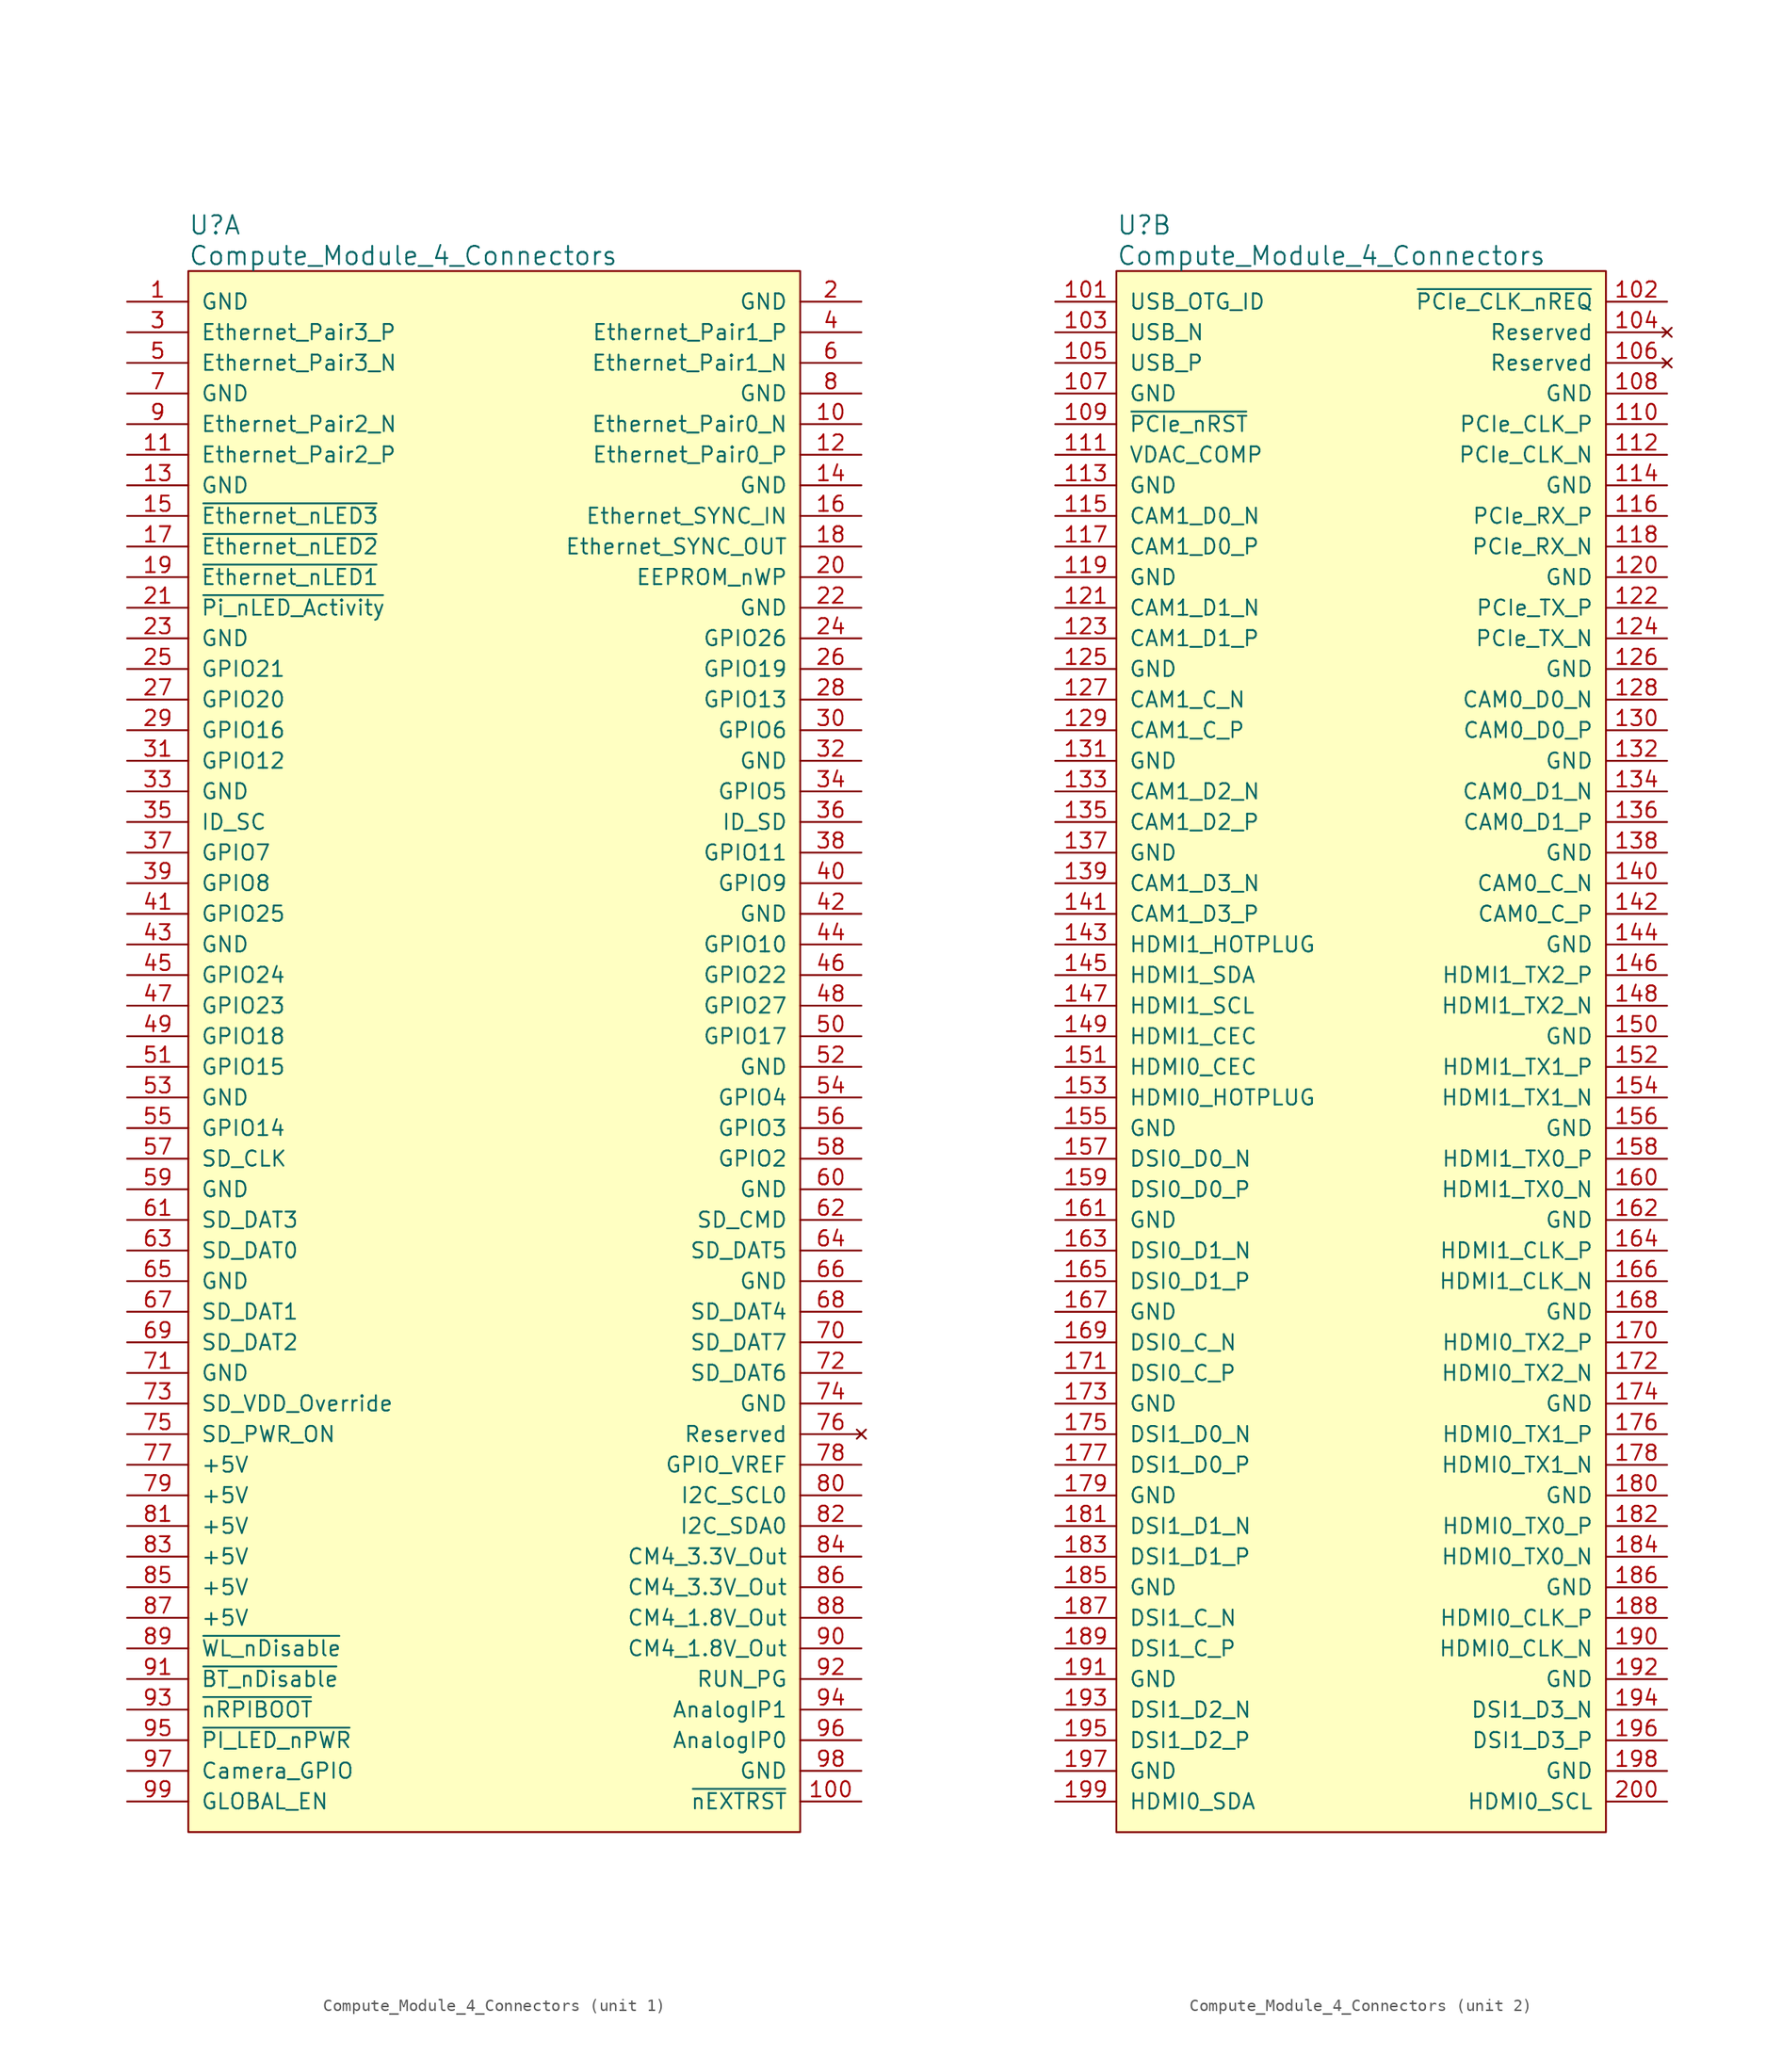
<source format=kicad_sym>
(kicad_symbol_lib
  (version 20231120)
  (generator "kicad_symbol_editor")
  (generator_version "8.0")
  (symbol "Compute_Module_4_Connectors"
    (pin_names
      (offset 1.016))
    (property "Reference" "U"
      (at 5.08 6.35 0)
      (effects (font (size 1.524 1.524)) (justify left)))
    (property "Value" "Compute_Module_4_Connectors"
      (at 5.08 3.81 0)
      (effects (font (size 1.524 1.524)) (justify left)))
    (property "ki_locked" ""
      (at 0 0 0)
      (effects (font (size 1.27 1.27))))
    (symbol "Compute_Module_4_Connectors_1_1"
      (rectangle (start 5.08 2.54) (end 55.88 -127) (stroke (width 0) (type solid)) (fill (type background)))
      (pin power_in line (at 0 0 0) (length 5.08) (name "GND" (effects (font (size 1.27 1.27)))) (number "1" (effects (font (size 1.27 1.27)))))
      (pin passive line (at 60.96 -10.16 180) (length 5.08) (name "Ethernet_Pair0_N" (effects (font (size 1.27 1.27)))) (number "10" (effects (font (size 1.27 1.27)))))
      (pin output line (at 60.96 -124.46 180) (length 5.08) (name "~{nEXTRST}" (effects (font (size 1.27 1.27)))) (number "100" (effects (font (size 1.27 1.27)))))
      (pin passive line (at 0 -12.7 0) (length 5.08) (name "Ethernet_Pair2_P" (effects (font (size 1.27 1.27)))) (number "11" (effects (font (size 1.27 1.27)))))
      (pin passive line (at 60.96 -12.7 180) (length 5.08) (name "Ethernet_Pair0_P" (effects (font (size 1.27 1.27)))) (number "12" (effects (font (size 1.27 1.27)))))
      (pin power_in line (at 0 -15.24 0) (length 5.08) (name "GND" (effects (font (size 1.27 1.27)))) (number "13" (effects (font (size 1.27 1.27)))))
      (pin power_in line (at 60.96 -15.24 180) (length 5.08) (name "GND" (effects (font (size 1.27 1.27)))) (number "14" (effects (font (size 1.27 1.27)))))
      (pin output line (at 0 -17.78 0) (length 5.08) (name "~{Ethernet_nLED3}" (effects (font (size 1.27 1.27)))) (number "15" (effects (font (size 1.27 1.27)))))
      (pin input line (at 60.96 -17.78 180) (length 5.08) (name "Ethernet_SYNC_IN" (effects (font (size 1.27 1.27)))) (number "16" (effects (font (size 1.27 1.27)))))
      (pin output line (at 0 -20.32 0) (length 5.08) (name "~{Ethernet_nLED2}" (effects (font (size 1.27 1.27)))) (number "17" (effects (font (size 1.27 1.27)))))
      (pin input line (at 60.96 -20.32 180) (length 5.08) (name "Ethernet_SYNC_OUT" (effects (font (size 1.27 1.27)))) (number "18" (effects (font (size 1.27 1.27)))))
      (pin output line (at 0 -22.86 0) (length 5.08) (name "~{Ethernet_nLED1}" (effects (font (size 1.27 1.27)))) (number "19" (effects (font (size 1.27 1.27)))))
      (pin power_in line (at 60.96 0 180) (length 5.08) (name "GND" (effects (font (size 1.27 1.27)))) (number "2" (effects (font (size 1.27 1.27)))))
      (pin passive line (at 60.96 -22.86 180) (length 5.08) (name "EEPROM_nWP" (effects (font (size 1.27 1.27)))) (number "20" (effects (font (size 1.27 1.27)))))
      (pin open_collector line (at 0 -25.4 0) (length 5.08) (name "~{Pi_nLED_Activity}" (effects (font (size 1.27 1.27)))) (number "21" (effects (font (size 1.27 1.27)))))
      (pin power_in line (at 60.96 -25.4 180) (length 5.08) (name "GND" (effects (font (size 1.27 1.27)))) (number "22" (effects (font (size 1.27 1.27)))))
      (pin power_in line (at 0 -27.94 0) (length 5.08) (name "GND" (effects (font (size 1.27 1.27)))) (number "23" (effects (font (size 1.27 1.27)))))
      (pin passive line (at 60.96 -27.94 180) (length 5.08) (name "GPIO26" (effects (font (size 1.27 1.27)))) (number "24" (effects (font (size 1.27 1.27)))))
      (pin passive line (at 0 -30.48 0) (length 5.08) (name "GPIO21" (effects (font (size 1.27 1.27)))) (number "25" (effects (font (size 1.27 1.27)))))
      (pin passive line (at 60.96 -30.48 180) (length 5.08) (name "GPIO19" (effects (font (size 1.27 1.27)))) (number "26" (effects (font (size 1.27 1.27)))))
      (pin passive line (at 0 -33.02 0) (length 5.08) (name "GPIO20" (effects (font (size 1.27 1.27)))) (number "27" (effects (font (size 1.27 1.27)))))
      (pin passive line (at 60.96 -33.02 180) (length 5.08) (name "GPIO13" (effects (font (size 1.27 1.27)))) (number "28" (effects (font (size 1.27 1.27)))))
      (pin passive line (at 0 -35.56 0) (length 5.08) (name "GPIO16" (effects (font (size 1.27 1.27)))) (number "29" (effects (font (size 1.27 1.27)))))
      (pin passive line (at 0 -2.54 0) (length 5.08) (name "Ethernet_Pair3_P" (effects (font (size 1.27 1.27)))) (number "3" (effects (font (size 1.27 1.27)))))
      (pin passive line (at 60.96 -35.56 180) (length 5.08) (name "GPIO6" (effects (font (size 1.27 1.27)))) (number "30" (effects (font (size 1.27 1.27)))))
      (pin passive line (at 0 -38.1 0) (length 5.08) (name "GPIO12" (effects (font (size 1.27 1.27)))) (number "31" (effects (font (size 1.27 1.27)))))
      (pin power_in line (at 60.96 -38.1 180) (length 5.08) (name "GND" (effects (font (size 1.27 1.27)))) (number "32" (effects (font (size 1.27 1.27)))))
      (pin power_in line (at 0 -40.64 0) (length 5.08) (name "GND" (effects (font (size 1.27 1.27)))) (number "33" (effects (font (size 1.27 1.27)))))
      (pin passive line (at 60.96 -40.64 180) (length 5.08) (name "GPIO5" (effects (font (size 1.27 1.27)))) (number "34" (effects (font (size 1.27 1.27)))))
      (pin passive line (at 0 -43.18 0) (length 5.08) (name "ID_SC" (effects (font (size 1.27 1.27)))) (number "35" (effects (font (size 1.27 1.27)))))
      (pin passive line (at 60.96 -43.18 180) (length 5.08) (name "ID_SD" (effects (font (size 1.27 1.27)))) (number "36" (effects (font (size 1.27 1.27)))))
      (pin passive line (at 0 -45.72 0) (length 5.08) (name "GPIO7" (effects (font (size 1.27 1.27)))) (number "37" (effects (font (size 1.27 1.27)))))
      (pin passive line (at 60.96 -45.72 180) (length 5.08) (name "GPIO11" (effects (font (size 1.27 1.27)))) (number "38" (effects (font (size 1.27 1.27)))))
      (pin passive line (at 0 -48.26 0) (length 5.08) (name "GPIO8" (effects (font (size 1.27 1.27)))) (number "39" (effects (font (size 1.27 1.27)))))
      (pin passive line (at 60.96 -2.54 180) (length 5.08) (name "Ethernet_Pair1_P" (effects (font (size 1.27 1.27)))) (number "4" (effects (font (size 1.27 1.27)))))
      (pin passive line (at 60.96 -48.26 180) (length 5.08) (name "GPIO9" (effects (font (size 1.27 1.27)))) (number "40" (effects (font (size 1.27 1.27)))))
      (pin passive line (at 0 -50.8 0) (length 5.08) (name "GPIO25" (effects (font (size 1.27 1.27)))) (number "41" (effects (font (size 1.27 1.27)))))
      (pin power_in line (at 60.96 -50.8 180) (length 5.08) (name "GND" (effects (font (size 1.27 1.27)))) (number "42" (effects (font (size 1.27 1.27)))))
      (pin power_in line (at 0 -53.34 0) (length 5.08) (name "GND" (effects (font (size 1.27 1.27)))) (number "43" (effects (font (size 1.27 1.27)))))
      (pin passive line (at 60.96 -53.34 180) (length 5.08) (name "GPIO10" (effects (font (size 1.27 1.27)))) (number "44" (effects (font (size 1.27 1.27)))))
      (pin passive line (at 0 -55.88 0) (length 5.08) (name "GPIO24" (effects (font (size 1.27 1.27)))) (number "45" (effects (font (size 1.27 1.27)))))
      (pin passive line (at 60.96 -55.88 180) (length 5.08) (name "GPIO22" (effects (font (size 1.27 1.27)))) (number "46" (effects (font (size 1.27 1.27)))))
      (pin passive line (at 0 -58.42 0) (length 5.08) (name "GPIO23" (effects (font (size 1.27 1.27)))) (number "47" (effects (font (size 1.27 1.27)))))
      (pin passive line (at 60.96 -58.42 180) (length 5.08) (name "GPIO27" (effects (font (size 1.27 1.27)))) (number "48" (effects (font (size 1.27 1.27)))))
      (pin passive line (at 0 -60.96 0) (length 5.08) (name "GPIO18" (effects (font (size 1.27 1.27)))) (number "49" (effects (font (size 1.27 1.27)))))
      (pin passive line (at 0 -5.08 0) (length 5.08) (name "Ethernet_Pair3_N" (effects (font (size 1.27 1.27)))) (number "5" (effects (font (size 1.27 1.27)))))
      (pin passive line (at 60.96 -60.96 180) (length 5.08) (name "GPIO17" (effects (font (size 1.27 1.27)))) (number "50" (effects (font (size 1.27 1.27)))))
      (pin passive line (at 0 -63.5 0) (length 5.08) (name "GPIO15" (effects (font (size 1.27 1.27)))) (number "51" (effects (font (size 1.27 1.27)))))
      (pin power_in line (at 60.96 -63.5 180) (length 5.08) (name "GND" (effects (font (size 1.27 1.27)))) (number "52" (effects (font (size 1.27 1.27)))))
      (pin power_in line (at 0 -66.04 0) (length 5.08) (name "GND" (effects (font (size 1.27 1.27)))) (number "53" (effects (font (size 1.27 1.27)))))
      (pin passive line (at 60.96 -66.04 180) (length 5.08) (name "GPIO4" (effects (font (size 1.27 1.27)))) (number "54" (effects (font (size 1.27 1.27)))))
      (pin passive line (at 0 -68.58 0) (length 5.08) (name "GPIO14" (effects (font (size 1.27 1.27)))) (number "55" (effects (font (size 1.27 1.27)))))
      (pin passive line (at 60.96 -68.58 180) (length 5.08) (name "GPIO3" (effects (font (size 1.27 1.27)))) (number "56" (effects (font (size 1.27 1.27)))))
      (pin passive line (at 0 -71.12 0) (length 5.08) (name "SD_CLK" (effects (font (size 1.27 1.27)))) (number "57" (effects (font (size 1.27 1.27)))))
      (pin passive line (at 60.96 -71.12 180) (length 5.08) (name "GPIO2" (effects (font (size 1.27 1.27)))) (number "58" (effects (font (size 1.27 1.27)))))
      (pin power_in line (at 0 -73.66 0) (length 5.08) (name "GND" (effects (font (size 1.27 1.27)))) (number "59" (effects (font (size 1.27 1.27)))))
      (pin passive line (at 60.96 -5.08 180) (length 5.08) (name "Ethernet_Pair1_N" (effects (font (size 1.27 1.27)))) (number "6" (effects (font (size 1.27 1.27)))))
      (pin power_in line (at 60.96 -73.66 180) (length 5.08) (name "GND" (effects (font (size 1.27 1.27)))) (number "60" (effects (font (size 1.27 1.27)))))
      (pin passive line (at 0 -76.2 0) (length 5.08) (name "SD_DAT3" (effects (font (size 1.27 1.27)))) (number "61" (effects (font (size 1.27 1.27)))))
      (pin passive line (at 60.96 -76.2 180) (length 5.08) (name "SD_CMD" (effects (font (size 1.27 1.27)))) (number "62" (effects (font (size 1.27 1.27)))))
      (pin passive line (at 0 -78.74 0) (length 5.08) (name "SD_DAT0" (effects (font (size 1.27 1.27)))) (number "63" (effects (font (size 1.27 1.27)))))
      (pin passive line (at 60.96 -78.74 180) (length 5.08) (name "SD_DAT5" (effects (font (size 1.27 1.27)))) (number "64" (effects (font (size 1.27 1.27)))))
      (pin power_in line (at 0 -81.28 0) (length 5.08) (name "GND" (effects (font (size 1.27 1.27)))) (number "65" (effects (font (size 1.27 1.27)))))
      (pin power_in line (at 60.96 -81.28 180) (length 5.08) (name "GND" (effects (font (size 1.27 1.27)))) (number "66" (effects (font (size 1.27 1.27)))))
      (pin passive line (at 0 -83.82 0) (length 5.08) (name "SD_DAT1" (effects (font (size 1.27 1.27)))) (number "67" (effects (font (size 1.27 1.27)))))
      (pin passive line (at 60.96 -83.82 180) (length 5.08) (name "SD_DAT4" (effects (font (size 1.27 1.27)))) (number "68" (effects (font (size 1.27 1.27)))))
      (pin passive line (at 0 -86.36 0) (length 5.08) (name "SD_DAT2" (effects (font (size 1.27 1.27)))) (number "69" (effects (font (size 1.27 1.27)))))
      (pin power_in line (at 0 -7.62 0) (length 5.08) (name "GND" (effects (font (size 1.27 1.27)))) (number "7" (effects (font (size 1.27 1.27)))))
      (pin passive line (at 60.96 -86.36 180) (length 5.08) (name "SD_DAT7" (effects (font (size 1.27 1.27)))) (number "70" (effects (font (size 1.27 1.27)))))
      (pin power_in line (at 0 -88.9 0) (length 5.08) (name "GND" (effects (font (size 1.27 1.27)))) (number "71" (effects (font (size 1.27 1.27)))))
      (pin passive line (at 60.96 -88.9 180) (length 5.08) (name "SD_DAT6" (effects (font (size 1.27 1.27)))) (number "72" (effects (font (size 1.27 1.27)))))
      (pin input line (at 0 -91.44 0) (length 5.08) (name "SD_VDD_Override" (effects (font (size 1.27 1.27)))) (number "73" (effects (font (size 1.27 1.27)))))
      (pin power_in line (at 60.96 -91.44 180) (length 5.08) (name "GND" (effects (font (size 1.27 1.27)))) (number "74" (effects (font (size 1.27 1.27)))))
      (pin output line (at 0 -93.98 0) (length 5.08) (name "SD_PWR_ON" (effects (font (size 1.27 1.27)))) (number "75" (effects (font (size 1.27 1.27)))))
      (pin no_connect line (at 60.96 -93.98 180) (length 5.08) (name "Reserved" (effects (font (size 1.27 1.27)))) (number "76" (effects (font (size 1.27 1.27)))))
      (pin power_in line (at 0 -96.52 0) (length 5.08) (name "+5V" (effects (font (size 1.27 1.27)))) (number "77" (effects (font (size 1.27 1.27)))))
      (pin power_in line (at 60.96 -96.52 180) (length 5.08) (name "GPIO_VREF" (effects (font (size 1.27 1.27)))) (number "78" (effects (font (size 1.27 1.27)))))
      (pin power_in line (at 0 -99.06 0) (length 5.08) (name "+5V" (effects (font (size 1.27 1.27)))) (number "79" (effects (font (size 1.27 1.27)))))
      (pin power_in line (at 60.96 -7.62 180) (length 5.08) (name "GND" (effects (font (size 1.27 1.27)))) (number "8" (effects (font (size 1.27 1.27)))))
      (pin bidirectional line (at 60.96 -99.06 180) (length 5.08) (name "I2C_SCL0" (effects (font (size 1.27 1.27)))) (number "80" (effects (font (size 1.27 1.27)))))
      (pin power_in line (at 0 -101.6 0) (length 5.08) (name "+5V" (effects (font (size 1.27 1.27)))) (number "81" (effects (font (size 1.27 1.27)))))
      (pin bidirectional line (at 60.96 -101.6 180) (length 5.08) (name "I2C_SDA0" (effects (font (size 1.27 1.27)))) (number "82" (effects (font (size 1.27 1.27)))))
      (pin power_in line (at 0 -104.14 0) (length 5.08) (name "+5V" (effects (font (size 1.27 1.27)))) (number "83" (effects (font (size 1.27 1.27)))))
      (pin power_out line (at 60.96 -104.14 180) (length 5.08) (name "CM4_3.3V_Out" (effects (font (size 1.27 1.27)))) (number "84" (effects (font (size 1.27 1.27)))))
      (pin power_in line (at 0 -106.68 0) (length 5.08) (name "+5V" (effects (font (size 1.27 1.27)))) (number "85" (effects (font (size 1.27 1.27)))))
      (pin power_out line (at 60.96 -106.68 180) (length 5.08) (name "CM4_3.3V_Out" (effects (font (size 1.27 1.27)))) (number "86" (effects (font (size 1.27 1.27)))))
      (pin power_in line (at 0 -109.22 0) (length 5.08) (name "+5V" (effects (font (size 1.27 1.27)))) (number "87" (effects (font (size 1.27 1.27)))))
      (pin power_out line (at 60.96 -109.22 180) (length 5.08) (name "CM4_1.8V_Out" (effects (font (size 1.27 1.27)))) (number "88" (effects (font (size 1.27 1.27)))))
      (pin input line (at 0 -111.76 0) (length 5.08) (name "~{WL_nDisable}" (effects (font (size 1.27 1.27)))) (number "89" (effects (font (size 1.27 1.27)))))
      (pin passive line (at 0 -10.16 0) (length 5.08) (name "Ethernet_Pair2_N" (effects (font (size 1.27 1.27)))) (number "9" (effects (font (size 1.27 1.27)))))
      (pin power_out line (at 60.96 -111.76 180) (length 5.08) (name "CM4_1.8V_Out" (effects (font (size 1.27 1.27)))) (number "90" (effects (font (size 1.27 1.27)))))
      (pin input line (at 0 -114.3 0) (length 5.08) (name "~{BT_nDisable}" (effects (font (size 1.27 1.27)))) (number "91" (effects (font (size 1.27 1.27)))))
      (pin passive line (at 60.96 -114.3 180) (length 5.08) (name "RUN_PG" (effects (font (size 1.27 1.27)))) (number "92" (effects (font (size 1.27 1.27)))))
      (pin input line (at 0 -116.84 0) (length 5.08) (name "~{nRPIBOOT}" (effects (font (size 1.27 1.27)))) (number "93" (effects (font (size 1.27 1.27)))))
      (pin passive line (at 60.96 -116.84 180) (length 5.08) (name "AnalogIP1" (effects (font (size 1.27 1.27)))) (number "94" (effects (font (size 1.27 1.27)))))
      (pin output line (at 0 -119.38 0) (length 5.08) (name "~{PI_LED_nPWR}" (effects (font (size 1.27 1.27)))) (number "95" (effects (font (size 1.27 1.27)))))
      (pin passive line (at 60.96 -119.38 180) (length 5.08) (name "AnalogIP0" (effects (font (size 1.27 1.27)))) (number "96" (effects (font (size 1.27 1.27)))))
      (pin passive line (at 0 -121.92 0) (length 5.08) (name "Camera_GPIO" (effects (font (size 1.27 1.27)))) (number "97" (effects (font (size 1.27 1.27)))))
      (pin power_in line (at 60.96 -121.92 180) (length 5.08) (name "GND" (effects (font (size 1.27 1.27)))) (number "98" (effects (font (size 1.27 1.27)))))
      (pin input line (at 0 -124.46 0) (length 5.08) (name "GLOBAL_EN" (effects (font (size 1.27 1.27)))) (number "99" (effects (font (size 1.27 1.27))))))
    (symbol "Compute_Module_4_Connectors_2_1"
      (rectangle (start 5.08 2.54) (end 45.72 -127) (stroke (width 0) (type solid)) (fill (type background)))
      (pin input line (at 0 0 0) (length 5.08) (name "USB_OTG_ID" (effects (font (size 1.27 1.27)))) (number "101" (effects (font (size 1.27 1.27)))))
      (pin input line (at 50.8 0 180) (length 5.08) (name "~{PCIe_CLK_nREQ}" (effects (font (size 1.27 1.27)))) (number "102" (effects (font (size 1.27 1.27)))))
      (pin passive line (at 0 -2.54 0) (length 5.08) (name "USB_N" (effects (font (size 1.27 1.27)))) (number "103" (effects (font (size 1.27 1.27)))))
      (pin no_connect line (at 50.8 -2.54 180) (length 5.08) (name "Reserved" (effects (font (size 1.27 1.27)))) (number "104" (effects (font (size 1.27 1.27)))))
      (pin passive line (at 0 -5.08 0) (length 5.08) (name "USB_P" (effects (font (size 1.27 1.27)))) (number "105" (effects (font (size 1.27 1.27)))))
      (pin no_connect line (at 50.8 -5.08 180) (length 5.08) (name "Reserved" (effects (font (size 1.27 1.27)))) (number "106" (effects (font (size 1.27 1.27)))))
      (pin power_in line (at 0 -7.62 0) (length 5.08) (name "GND" (effects (font (size 1.27 1.27)))) (number "107" (effects (font (size 1.27 1.27)))))
      (pin power_in line (at 50.8 -7.62 180) (length 5.08) (name "GND" (effects (font (size 1.27 1.27)))) (number "108" (effects (font (size 1.27 1.27)))))
      (pin output line (at 0 -10.16 0) (length 5.08) (name "~{PCIe_nRST}" (effects (font (size 1.27 1.27)))) (number "109" (effects (font (size 1.27 1.27)))))
      (pin output line (at 50.8 -10.16 180) (length 5.08) (name "PCIe_CLK_P" (effects (font (size 1.27 1.27)))) (number "110" (effects (font (size 1.27 1.27)))))
      (pin output line (at 0 -12.7 0) (length 5.08) (name "VDAC_COMP" (effects (font (size 1.27 1.27)))) (number "111" (effects (font (size 1.27 1.27)))))
      (pin output line (at 50.8 -12.7 180) (length 5.08) (name "PCIe_CLK_N" (effects (font (size 1.27 1.27)))) (number "112" (effects (font (size 1.27 1.27)))))
      (pin power_in line (at 0 -15.24 0) (length 5.08) (name "GND" (effects (font (size 1.27 1.27)))) (number "113" (effects (font (size 1.27 1.27)))))
      (pin power_in line (at 50.8 -15.24 180) (length 5.08) (name "GND" (effects (font (size 1.27 1.27)))) (number "114" (effects (font (size 1.27 1.27)))))
      (pin input line (at 0 -17.78 0) (length 5.08) (name "CAM1_D0_N" (effects (font (size 1.27 1.27)))) (number "115" (effects (font (size 1.27 1.27)))))
      (pin input line (at 50.8 -17.78 180) (length 5.08) (name "PCIe_RX_P" (effects (font (size 1.27 1.27)))) (number "116" (effects (font (size 1.27 1.27)))))
      (pin input line (at 0 -20.32 0) (length 5.08) (name "CAM1_D0_P" (effects (font (size 1.27 1.27)))) (number "117" (effects (font (size 1.27 1.27)))))
      (pin input line (at 50.8 -20.32 180) (length 5.08) (name "PCIe_RX_N" (effects (font (size 1.27 1.27)))) (number "118" (effects (font (size 1.27 1.27)))))
      (pin power_in line (at 0 -22.86 0) (length 5.08) (name "GND" (effects (font (size 1.27 1.27)))) (number "119" (effects (font (size 1.27 1.27)))))
      (pin power_in line (at 50.8 -22.86 180) (length 5.08) (name "GND" (effects (font (size 1.27 1.27)))) (number "120" (effects (font (size 1.27 1.27)))))
      (pin input line (at 0 -25.4 0) (length 5.08) (name "CAM1_D1_N" (effects (font (size 1.27 1.27)))) (number "121" (effects (font (size 1.27 1.27)))))
      (pin output line (at 50.8 -25.4 180) (length 5.08) (name "PCIe_TX_P" (effects (font (size 1.27 1.27)))) (number "122" (effects (font (size 1.27 1.27)))))
      (pin input line (at 0 -27.94 0) (length 5.08) (name "CAM1_D1_P" (effects (font (size 1.27 1.27)))) (number "123" (effects (font (size 1.27 1.27)))))
      (pin output line (at 50.8 -27.94 180) (length 5.08) (name "PCIe_TX_N" (effects (font (size 1.27 1.27)))) (number "124" (effects (font (size 1.27 1.27)))))
      (pin power_in line (at 0 -30.48 0) (length 5.08) (name "GND" (effects (font (size 1.27 1.27)))) (number "125" (effects (font (size 1.27 1.27)))))
      (pin power_in line (at 50.8 -30.48 180) (length 5.08) (name "GND" (effects (font (size 1.27 1.27)))) (number "126" (effects (font (size 1.27 1.27)))))
      (pin input line (at 0 -33.02 0) (length 5.08) (name "CAM1_C_N" (effects (font (size 1.27 1.27)))) (number "127" (effects (font (size 1.27 1.27)))))
      (pin input line (at 50.8 -33.02 180) (length 5.08) (name "CAM0_D0_N" (effects (font (size 1.27 1.27)))) (number "128" (effects (font (size 1.27 1.27)))))
      (pin input line (at 0 -35.56 0) (length 5.08) (name "CAM1_C_P" (effects (font (size 1.27 1.27)))) (number "129" (effects (font (size 1.27 1.27)))))
      (pin input line (at 50.8 -35.56 180) (length 5.08) (name "CAM0_D0_P" (effects (font (size 1.27 1.27)))) (number "130" (effects (font (size 1.27 1.27)))))
      (pin power_in line (at 0 -38.1 0) (length 5.08) (name "GND" (effects (font (size 1.27 1.27)))) (number "131" (effects (font (size 1.27 1.27)))))
      (pin power_in line (at 50.8 -38.1 180) (length 5.08) (name "GND" (effects (font (size 1.27 1.27)))) (number "132" (effects (font (size 1.27 1.27)))))
      (pin input line (at 0 -40.64 0) (length 5.08) (name "CAM1_D2_N" (effects (font (size 1.27 1.27)))) (number "133" (effects (font (size 1.27 1.27)))))
      (pin input line (at 50.8 -40.64 180) (length 5.08) (name "CAM0_D1_N" (effects (font (size 1.27 1.27)))) (number "134" (effects (font (size 1.27 1.27)))))
      (pin input line (at 0 -43.18 0) (length 5.08) (name "CAM1_D2_P" (effects (font (size 1.27 1.27)))) (number "135" (effects (font (size 1.27 1.27)))))
      (pin input line (at 50.8 -43.18 180) (length 5.08) (name "CAM0_D1_P" (effects (font (size 1.27 1.27)))) (number "136" (effects (font (size 1.27 1.27)))))
      (pin power_in line (at 0 -45.72 0) (length 5.08) (name "GND" (effects (font (size 1.27 1.27)))) (number "137" (effects (font (size 1.27 1.27)))))
      (pin power_in line (at 50.8 -45.72 180) (length 5.08) (name "GND" (effects (font (size 1.27 1.27)))) (number "138" (effects (font (size 1.27 1.27)))))
      (pin input line (at 0 -48.26 0) (length 5.08) (name "CAM1_D3_N" (effects (font (size 1.27 1.27)))) (number "139" (effects (font (size 1.27 1.27)))))
      (pin input line (at 50.8 -48.26 180) (length 5.08) (name "CAM0_C_N" (effects (font (size 1.27 1.27)))) (number "140" (effects (font (size 1.27 1.27)))))
      (pin input line (at 0 -50.8 0) (length 5.08) (name "CAM1_D3_P" (effects (font (size 1.27 1.27)))) (number "141" (effects (font (size 1.27 1.27)))))
      (pin input line (at 50.8 -50.8 180) (length 5.08) (name "CAM0_C_P" (effects (font (size 1.27 1.27)))) (number "142" (effects (font (size 1.27 1.27)))))
      (pin input line (at 0 -53.34 0) (length 5.08) (name "HDMI1_HOTPLUG" (effects (font (size 1.27 1.27)))) (number "143" (effects (font (size 1.27 1.27)))))
      (pin power_in line (at 50.8 -53.34 180) (length 5.08) (name "GND" (effects (font (size 1.27 1.27)))) (number "144" (effects (font (size 1.27 1.27)))))
      (pin bidirectional line (at 0 -55.88 0) (length 5.08) (name "HDMI1_SDA" (effects (font (size 1.27 1.27)))) (number "145" (effects (font (size 1.27 1.27)))))
      (pin output line (at 50.8 -55.88 180) (length 5.08) (name "HDMI1_TX2_P" (effects (font (size 1.27 1.27)))) (number "146" (effects (font (size 1.27 1.27)))))
      (pin open_collector line (at 0 -58.42 0) (length 5.08) (name "HDMI1_SCL" (effects (font (size 1.27 1.27)))) (number "147" (effects (font (size 1.27 1.27)))))
      (pin output line (at 50.8 -58.42 180) (length 5.08) (name "HDMI1_TX2_N" (effects (font (size 1.27 1.27)))) (number "148" (effects (font (size 1.27 1.27)))))
      (pin open_collector line (at 0 -60.96 0) (length 5.08) (name "HDMI1_CEC" (effects (font (size 1.27 1.27)))) (number "149" (effects (font (size 1.27 1.27)))))
      (pin power_in line (at 50.8 -60.96 180) (length 5.08) (name "GND" (effects (font (size 1.27 1.27)))) (number "150" (effects (font (size 1.27 1.27)))))
      (pin open_collector line (at 0 -63.5 0) (length 5.08) (name "HDMI0_CEC" (effects (font (size 1.27 1.27)))) (number "151" (effects (font (size 1.27 1.27)))))
      (pin output line (at 50.8 -63.5 180) (length 5.08) (name "HDMI1_TX1_P" (effects (font (size 1.27 1.27)))) (number "152" (effects (font (size 1.27 1.27)))))
      (pin input line (at 0 -66.04 0) (length 5.08) (name "HDMI0_HOTPLUG" (effects (font (size 1.27 1.27)))) (number "153" (effects (font (size 1.27 1.27)))))
      (pin output line (at 50.8 -66.04 180) (length 5.08) (name "HDMI1_TX1_N" (effects (font (size 1.27 1.27)))) (number "154" (effects (font (size 1.27 1.27)))))
      (pin power_in line (at 0 -68.58 0) (length 5.08) (name "GND" (effects (font (size 1.27 1.27)))) (number "155" (effects (font (size 1.27 1.27)))))
      (pin power_in line (at 50.8 -68.58 180) (length 5.08) (name "GND" (effects (font (size 1.27 1.27)))) (number "156" (effects (font (size 1.27 1.27)))))
      (pin output line (at 0 -71.12 0) (length 5.08) (name "DSI0_D0_N" (effects (font (size 1.27 1.27)))) (number "157" (effects (font (size 1.27 1.27)))))
      (pin output line (at 50.8 -71.12 180) (length 5.08) (name "HDMI1_TX0_P" (effects (font (size 1.27 1.27)))) (number "158" (effects (font (size 1.27 1.27)))))
      (pin output line (at 0 -73.66 0) (length 5.08) (name "DSI0_D0_P" (effects (font (size 1.27 1.27)))) (number "159" (effects (font (size 1.27 1.27)))))
      (pin output line (at 50.8 -73.66 180) (length 5.08) (name "HDMI1_TX0_N" (effects (font (size 1.27 1.27)))) (number "160" (effects (font (size 1.27 1.27)))))
      (pin power_in line (at 0 -76.2 0) (length 5.08) (name "GND" (effects (font (size 1.27 1.27)))) (number "161" (effects (font (size 1.27 1.27)))))
      (pin power_in line (at 50.8 -76.2 180) (length 5.08) (name "GND" (effects (font (size 1.27 1.27)))) (number "162" (effects (font (size 1.27 1.27)))))
      (pin output line (at 0 -78.74 0) (length 5.08) (name "DSI0_D1_N" (effects (font (size 1.27 1.27)))) (number "163" (effects (font (size 1.27 1.27)))))
      (pin output line (at 50.8 -78.74 180) (length 5.08) (name "HDMI1_CLK_P" (effects (font (size 1.27 1.27)))) (number "164" (effects (font (size 1.27 1.27)))))
      (pin output line (at 0 -81.28 0) (length 5.08) (name "DSI0_D1_P" (effects (font (size 1.27 1.27)))) (number "165" (effects (font (size 1.27 1.27)))))
      (pin output line (at 50.8 -81.28 180) (length 5.08) (name "HDMI1_CLK_N" (effects (font (size 1.27 1.27)))) (number "166" (effects (font (size 1.27 1.27)))))
      (pin power_in line (at 0 -83.82 0) (length 5.08) (name "GND" (effects (font (size 1.27 1.27)))) (number "167" (effects (font (size 1.27 1.27)))))
      (pin power_in line (at 50.8 -83.82 180) (length 5.08) (name "GND" (effects (font (size 1.27 1.27)))) (number "168" (effects (font (size 1.27 1.27)))))
      (pin output line (at 0 -86.36 0) (length 5.08) (name "DSI0_C_N" (effects (font (size 1.27 1.27)))) (number "169" (effects (font (size 1.27 1.27)))))
      (pin output line (at 50.8 -86.36 180) (length 5.08) (name "HDMI0_TX2_P" (effects (font (size 1.27 1.27)))) (number "170" (effects (font (size 1.27 1.27)))))
      (pin output line (at 0 -88.9 0) (length 5.08) (name "DSI0_C_P" (effects (font (size 1.27 1.27)))) (number "171" (effects (font (size 1.27 1.27)))))
      (pin output line (at 50.8 -88.9 180) (length 5.08) (name "HDMI0_TX2_N" (effects (font (size 1.27 1.27)))) (number "172" (effects (font (size 1.27 1.27)))))
      (pin power_in line (at 0 -91.44 0) (length 5.08) (name "GND" (effects (font (size 1.27 1.27)))) (number "173" (effects (font (size 1.27 1.27)))))
      (pin power_in line (at 50.8 -91.44 180) (length 5.08) (name "GND" (effects (font (size 1.27 1.27)))) (number "174" (effects (font (size 1.27 1.27)))))
      (pin output line (at 0 -93.98 0) (length 5.08) (name "DSI1_D0_N" (effects (font (size 1.27 1.27)))) (number "175" (effects (font (size 1.27 1.27)))))
      (pin output line (at 50.8 -93.98 180) (length 5.08) (name "HDMI0_TX1_P" (effects (font (size 1.27 1.27)))) (number "176" (effects (font (size 1.27 1.27)))))
      (pin output line (at 0 -96.52 0) (length 5.08) (name "DSI1_D0_P" (effects (font (size 1.27 1.27)))) (number "177" (effects (font (size 1.27 1.27)))))
      (pin output line (at 50.8 -96.52 180) (length 5.08) (name "HDMI0_TX1_N" (effects (font (size 1.27 1.27)))) (number "178" (effects (font (size 1.27 1.27)))))
      (pin power_in line (at 0 -99.06 0) (length 5.08) (name "GND" (effects (font (size 1.27 1.27)))) (number "179" (effects (font (size 1.27 1.27)))))
      (pin power_in line (at 50.8 -99.06 180) (length 5.08) (name "GND" (effects (font (size 1.27 1.27)))) (number "180" (effects (font (size 1.27 1.27)))))
      (pin output line (at 0 -101.6 0) (length 5.08) (name "DSI1_D1_N" (effects (font (size 1.27 1.27)))) (number "181" (effects (font (size 1.27 1.27)))))
      (pin output line (at 50.8 -101.6 180) (length 5.08) (name "HDMI0_TX0_P" (effects (font (size 1.27 1.27)))) (number "182" (effects (font (size 1.27 1.27)))))
      (pin output line (at 0 -104.14 0) (length 5.08) (name "DSI1_D1_P" (effects (font (size 1.27 1.27)))) (number "183" (effects (font (size 1.27 1.27)))))
      (pin output line (at 50.8 -104.14 180) (length 5.08) (name "HDMI0_TX0_N" (effects (font (size 1.27 1.27)))) (number "184" (effects (font (size 1.27 1.27)))))
      (pin power_in line (at 0 -106.68 0) (length 5.08) (name "GND" (effects (font (size 1.27 1.27)))) (number "185" (effects (font (size 1.27 1.27)))))
      (pin power_in line (at 50.8 -106.68 180) (length 5.08) (name "GND" (effects (font (size 1.27 1.27)))) (number "186" (effects (font (size 1.27 1.27)))))
      (pin output line (at 0 -109.22 0) (length 5.08) (name "DSI1_C_N" (effects (font (size 1.27 1.27)))) (number "187" (effects (font (size 1.27 1.27)))))
      (pin output line (at 50.8 -109.22 180) (length 5.08) (name "HDMI0_CLK_P" (effects (font (size 1.27 1.27)))) (number "188" (effects (font (size 1.27 1.27)))))
      (pin output line (at 0 -111.76 0) (length 5.08) (name "DSI1_C_P" (effects (font (size 1.27 1.27)))) (number "189" (effects (font (size 1.27 1.27)))))
      (pin output line (at 50.8 -111.76 180) (length 5.08) (name "HDMI0_CLK_N" (effects (font (size 1.27 1.27)))) (number "190" (effects (font (size 1.27 1.27)))))
      (pin power_in line (at 0 -114.3 0) (length 5.08) (name "GND" (effects (font (size 1.27 1.27)))) (number "191" (effects (font (size 1.27 1.27)))))
      (pin power_in line (at 50.8 -114.3 180) (length 5.08) (name "GND" (effects (font (size 1.27 1.27)))) (number "192" (effects (font (size 1.27 1.27)))))
      (pin output line (at 0 -116.84 0) (length 5.08) (name "DSI1_D2_N" (effects (font (size 1.27 1.27)))) (number "193" (effects (font (size 1.27 1.27)))))
      (pin output line (at 50.8 -116.84 180) (length 5.08) (name "DSI1_D3_N" (effects (font (size 1.27 1.27)))) (number "194" (effects (font (size 1.27 1.27)))))
      (pin output line (at 0 -119.38 0) (length 5.08) (name "DSI1_D2_P" (effects (font (size 1.27 1.27)))) (number "195" (effects (font (size 1.27 1.27)))))
      (pin output line (at 50.8 -119.38 180) (length 5.08) (name "DSI1_D3_P" (effects (font (size 1.27 1.27)))) (number "196" (effects (font (size 1.27 1.27)))))
      (pin power_in line (at 0 -121.92 0) (length 5.08) (name "GND" (effects (font (size 1.27 1.27)))) (number "197" (effects (font (size 1.27 1.27)))))
      (pin power_in line (at 50.8 -121.92 180) (length 5.08) (name "GND" (effects (font (size 1.27 1.27)))) (number "198" (effects (font (size 1.27 1.27)))))
      (pin bidirectional line (at 0 -124.46 0) (length 5.08) (name "HDMI0_SDA" (effects (font (size 1.27 1.27)))) (number "199" (effects (font (size 1.27 1.27)))))
      (pin open_collector line (at 50.8 -124.46 180) (length 5.08) (name "HDMI0_SCL" (effects (font (size 1.27 1.27)))) (number "200" (effects (font (size 1.27 1.27))))))))
</source>
